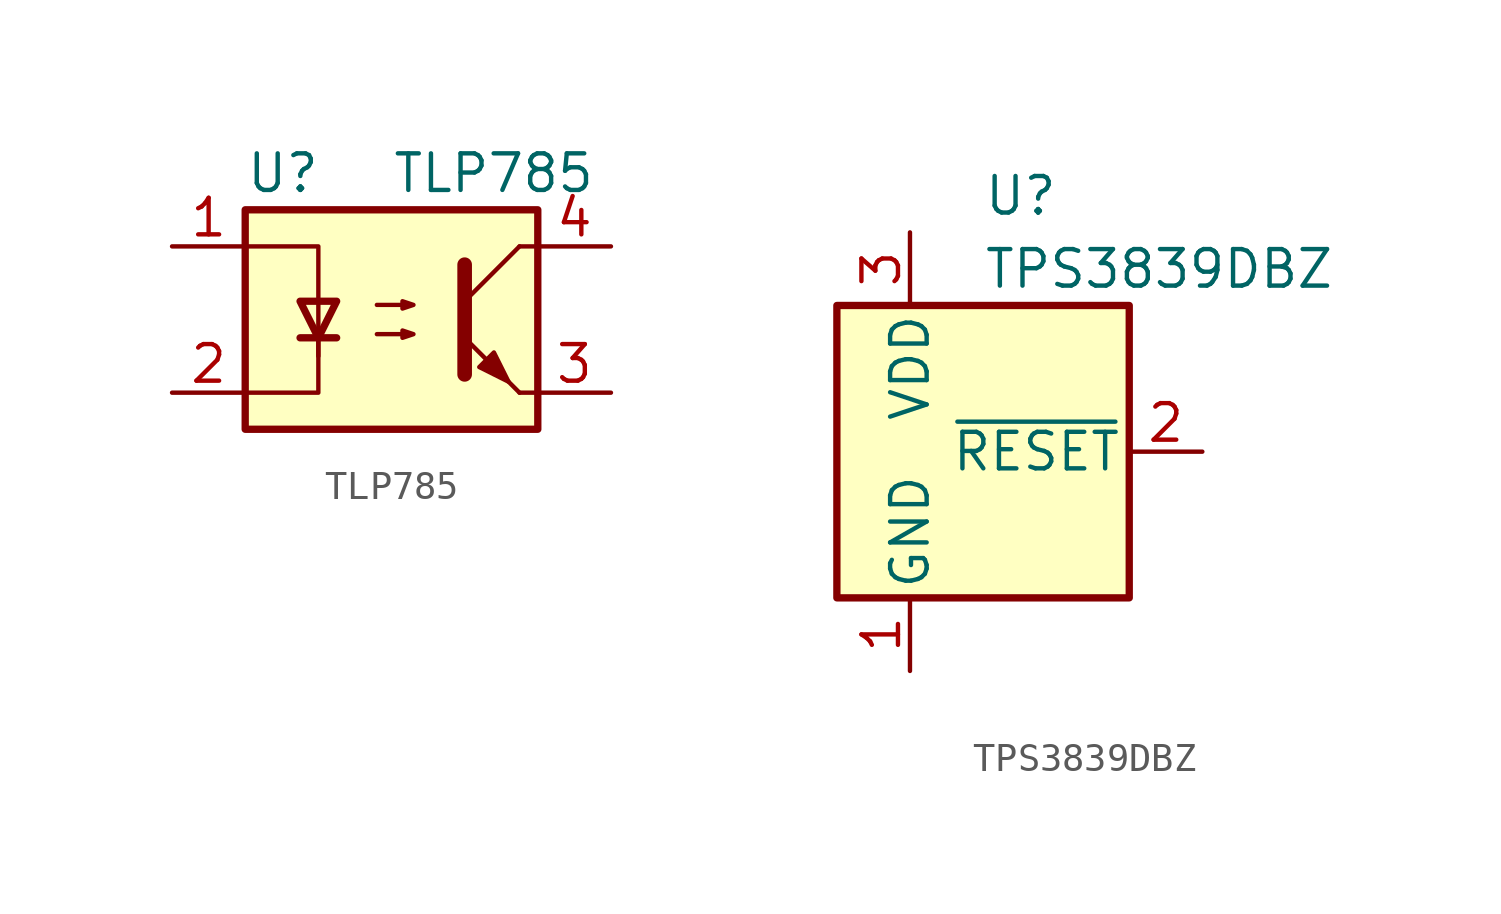
<source format=kicad_sym>
(kicad_symbol_lib
  (version 20201005)
  (generator kicad_symbol_editor)
  (symbol "ebaz4205:TLP785"
    (pin_names
      (offset 1.016))
    (property "Reference" "U"
      (at -5.08 5.08 0)
      (effects (font (size 1.27 1.27)) (justify left)))
    (property "Value" "TLP785"
      (at 0 5.08 0)
      (effects (font (size 1.27 1.27)) (justify left)))
    (symbol "TLP785_0_1"
      (rectangle (start -5.08 3.81) (end 5.08 -3.81) (stroke (width 0.254)) (fill (type background)))
      (polyline (pts (xy -3.175 -0.635) (xy -1.905 -0.635)) (stroke (width 0.254)) (fill (type none)))
      (polyline (pts (xy 2.54 0.635) (xy 4.445 2.54)) (stroke (width 0)) (fill (type none)))
      (polyline (pts (xy 4.445 -2.54) (xy 2.54 -0.635)) (stroke (width 0)) (fill (type outline)))
      (polyline (pts (xy 4.445 -2.54) (xy 5.08 -2.54)) (stroke (width 0)) (fill (type none)))
      (polyline (pts (xy 4.445 2.54) (xy 5.08 2.54)) (stroke (width 0)) (fill (type none)))
      (polyline (pts (xy -2.54 -0.635) (xy -2.54 -2.54) (xy -5.08 -2.54)) (stroke (width 0)) (fill (type none)))
      (polyline (pts (xy 2.54 1.905) (xy 2.54 -1.905) (xy 2.54 -1.905)) (stroke (width 0.508)) (fill (type none)))
      (polyline (pts (xy -5.08 2.54) (xy -2.54 2.54) (xy -2.54 -1.27) (xy -2.54 0.635)) (stroke (width 0)) (fill (type none)))
      (polyline (pts (xy -2.54 -0.635) (xy -3.175 0.635) (xy -1.905 0.635) (xy -2.54 -0.635)) (stroke (width 0.254)) (fill (type none)))
      (polyline (pts (xy -0.508 -0.508) (xy 0.762 -0.508) (xy 0.381 -0.635) (xy 0.381 -0.381) (xy 0.762 -0.508)) (stroke (width 0)) (fill (type none)))
      (polyline (pts (xy -0.508 0.508) (xy 0.762 0.508) (xy 0.381 0.381) (xy 0.381 0.635) (xy 0.762 0.508)) (stroke (width 0)) (fill (type none)))
      (polyline (pts (xy 3.048 -1.651) (xy 3.556 -1.143) (xy 4.064 -2.159) (xy 3.048 -1.651) (xy 3.048 -1.651)) (stroke (width 0)) (fill (type outline))))
    (symbol "TLP785_1_1"
      (pin passive line (at -7.62 2.54 0) (length 2.54) (name "~" (effects (font (size 1.27 1.27)))) (number "1" (effects (font (size 1.27 1.27)))))
      (pin passive line (at -7.62 -2.54 0) (length 2.54) (name "~" (effects (font (size 1.27 1.27)))) (number "2" (effects (font (size 1.27 1.27)))))
      (pin passive line (at 7.62 -2.54 180) (length 2.54) (name "~" (effects (font (size 1.27 1.27)))) (number "3" (effects (font (size 1.27 1.27)))))
      (pin passive line (at 7.62 2.54 180) (length 2.54) (name "~" (effects (font (size 1.27 1.27)))) (number "4" (effects (font (size 1.27 1.27)))))))
  (symbol "ebaz4205:TPS3839DBZ"
    (pin_names
      (offset 0.254))
    (property "Reference" "U"
      (at 2.54 8.89 0)
      (effects (font (size 1.27 1.27)) (justify left)))
    (property "Value" "TPS3839DBZ"
      (at 2.54 6.35 0)
      (effects (font (size 1.27 1.27)) (justify left)))
    (symbol "TPS3839DBZ_0_1"
      (rectangle (start -2.54 5.08) (end 7.62 -5.08) (stroke (width 0.254)) (fill (type background))))
    (symbol "TPS3839DBZ_1_1"
      (pin power_in line (at 0 -7.62 90) (length 2.54) (name "GND" (effects (font (size 1.27 1.27)))) (number "1" (effects (font (size 1.27 1.27)))))
      (pin output line (at 10.16 0 180) (length 2.54) (name "~RESET" (effects (font (size 1.27 1.27)))) (number "2" (effects (font (size 1.27 1.27)))))
      (pin power_in line (at 0 7.62 270) (length 2.54) (name "VDD" (effects (font (size 1.27 1.27)))) (number "3" (effects (font (size 1.27 1.27))))))))
</source>
